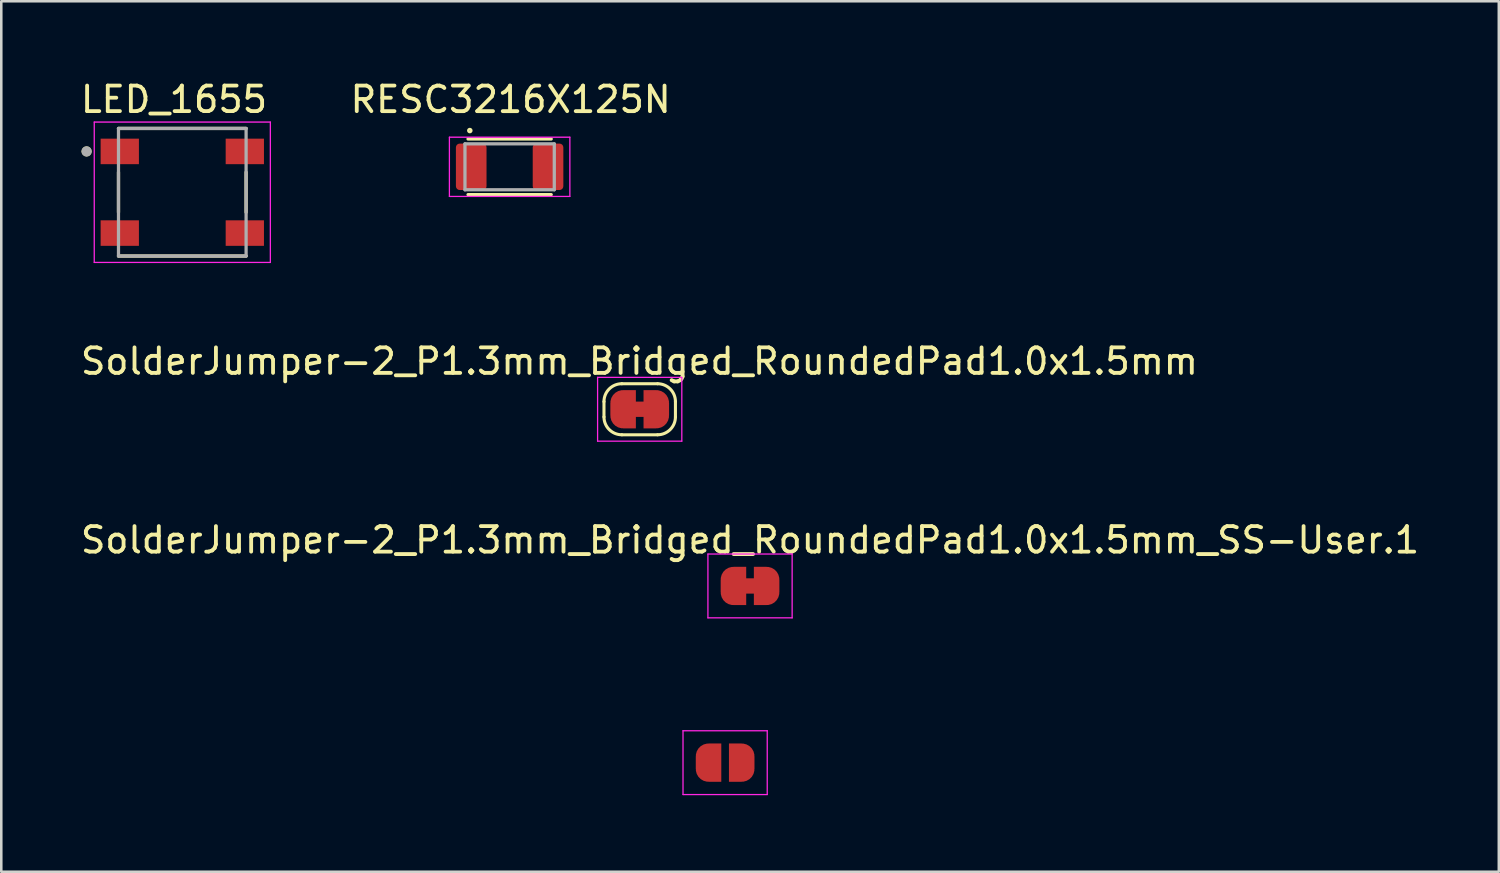
<source format=kicad_pcb>
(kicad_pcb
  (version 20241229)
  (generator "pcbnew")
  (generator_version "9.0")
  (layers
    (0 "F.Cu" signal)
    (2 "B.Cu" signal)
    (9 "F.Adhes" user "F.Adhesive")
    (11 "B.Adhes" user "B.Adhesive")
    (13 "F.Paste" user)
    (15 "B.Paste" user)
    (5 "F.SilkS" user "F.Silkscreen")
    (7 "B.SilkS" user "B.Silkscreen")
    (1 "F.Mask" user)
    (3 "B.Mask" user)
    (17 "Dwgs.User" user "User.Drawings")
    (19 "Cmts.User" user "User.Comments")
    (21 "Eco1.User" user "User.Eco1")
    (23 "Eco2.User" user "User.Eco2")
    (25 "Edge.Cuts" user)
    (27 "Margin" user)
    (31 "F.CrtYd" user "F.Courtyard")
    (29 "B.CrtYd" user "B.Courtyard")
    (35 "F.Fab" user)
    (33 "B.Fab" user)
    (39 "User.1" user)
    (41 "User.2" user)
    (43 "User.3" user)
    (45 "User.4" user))
  (footprint "SolderJumper-2_P1.3mm_Open_RoundedPad1.0x1.5mm_SS-User.1"
    (layer "F.Cu")
    (at 25.363 26.833)
    (property "Reference" "SolderJumper-2_P1.3mm_Open_RoundedPad1.0x1.5mm_SS-User.1" (at 0 -1.8 0) (layer "User.1") (effects (font (size 1 1) (thickness 0.15))))
    (attr exclude_from_pos_files exclude_from_bom allow_soldermask_bridges)
    (fp_rect (start -0.15 -0.75) (end 0.15 0.75) (stroke (width 0) (type default)) (fill yes) (layer "F.Mask"))
    (fp_line (start -1.65 -1.25) (end -1.65 1.25) (stroke (width 0.05) (type solid)) (layer "F.CrtYd"))
    (fp_line (start -1.65 -1.25) (end 1.65 -1.25) (stroke (width 0.05) (type solid)) (layer "F.CrtYd"))
    (fp_line (start 1.65 1.25) (end -1.65 1.25) (stroke (width 0.05) (type solid)) (layer "F.CrtYd"))
    (fp_line (start 1.65 1.25) (end 1.65 -1.25) (stroke (width 0.05) (type solid)) (layer "F.CrtYd"))
    (fp_line (start -1.4 0.3) (end -1.4 -0.3) (stroke (width 0.12) (type solid)) (layer "User.1"))
    (fp_line (start -0.7 -1) (end 0.7 -1) (stroke (width 0.12) (type solid)) (layer "User.1"))
    (fp_line (start 0.7 1) (end -0.7 1) (stroke (width 0.12) (type solid)) (layer "User.1"))
    (fp_line (start 1.4 -0.3) (end 1.4 0.3) (stroke (width 0.12) (type solid)) (layer "User.1"))
    (fp_arc (start -1.4 -0.3) (mid -1.194975 -0.794975) (end -0.7 -1) (stroke (width 0.12) (type solid)) (layer "User.1"))
    (fp_arc (start -0.7 1) (mid -1.194975 0.794975) (end -1.4 0.3) (stroke (width 0.12) (type solid)) (layer "User.1"))
    (fp_arc (start 0.7 -1) (mid 1.194975 -0.794975) (end 1.4 -0.3) (stroke (width 0.12) (type solid)) (layer "User.1"))
    (fp_arc (start 1.4 0.3) (mid 1.194975 0.794975) (end 0.7 1) (stroke (width 0.12) (type solid)) (layer "User.1"))
    (pad "1" smd custom (at -0.65 0) (size 1 0.5) (layers "F.Cu" "F.Mask") (options (anchor rect)) (primitives (gr_circle (center 0 0.25) (end 0.5 0.25) (width 0) (fill yes)) (gr_circle (center 0 -0.25) (end 0.5 -0.25) (width 0) (fill yes)) (gr_poly (pts (xy 0.5 0.75) (xy 0 0.75) (xy 0 -0.75) (xy 0.5 -0.75)) (width 0) (fill yes))))
    (pad "2" smd custom (at 0.65 0) (size 1 0.5) (layers "F.Cu" "F.Mask") (options (anchor rect)) (primitives (gr_circle (center 0 0.25) (end 0.5 0.25) (width 0) (fill yes)) (gr_circle (center 0 -0.25) (end 0.5 -0.25) (width 0) (fill yes)) (gr_poly (pts (xy 0 0.75) (xy -0.5 0.75) (xy -0.5 -0.75) (xy 0 -0.75)) (width 0) (fill yes)))))
  (footprint "RESC3216X125N"
    (layer "F.Cu")
    (at 16.919 3.486)
    (property "Reference" "RESC3216X125N" (at 0.04 -2.637 0) (layer "F.SilkS") (effects (font (size 1.001 1.001) (thickness 0.15))))
    (attr smd)
    (fp_line (start -1.63 -1.09) (end 1.63 -1.09) (stroke (width 0.127) (type solid)) (layer "F.SilkS"))
    (fp_line (start -1.63 1.09) (end 1.63 1.09) (stroke (width 0.127) (type solid)) (layer "F.SilkS"))
    (fp_circle (center -1.56 -1.42) (end -1.53 -1.47) (stroke (width 0.1) (type default)) (fill no) (layer "F.SilkS"))
    (fp_line (start -2.36 -1.16) (end 2.36 -1.16) (stroke (width 0.05) (type solid)) (layer "F.CrtYd"))
    (fp_line (start -2.36 1.16) (end -2.36 -1.16) (stroke (width 0.05) (type solid)) (layer "F.CrtYd"))
    (fp_line (start 2.36 -1.16) (end 2.36 1.16) (stroke (width 0.05) (type solid)) (layer "F.CrtYd"))
    (fp_line (start 2.36 1.16) (end -2.36 1.16) (stroke (width 0.05) (type solid)) (layer "F.CrtYd"))
    (fp_line (start -1.75 -0.9) (end 1.75 -0.9) (stroke (width 0.127) (type solid)) (layer "F.Fab"))
    (fp_line (start -1.75 0.9) (end -1.75 -0.9) (stroke (width 0.127) (type solid)) (layer "F.Fab"))
    (fp_line (start 1.75 -0.9) (end 1.75 0.9) (stroke (width 0.127) (type solid)) (layer "F.Fab"))
    (fp_line (start 1.75 0.9) (end -1.75 0.9) (stroke (width 0.127) (type solid)) (layer "F.Fab"))
    (pad "1" smd roundrect (at -1.505 0) (size 1.2 1.82) (layers "F.Cu" "F.Mask" "F.Paste") (roundrect_rratio 0.125))
    (pad "2" smd roundrect (at 1.505 0) (size 1.2 1.82) (layers "F.Cu" "F.Mask" "F.Paste") (roundrect_rratio 0.125)))
  (footprint "LED_1655"
    (layer "F.Cu")
    (at 4.093 4.483)
    (property "Reference" "LED_1655" (at -0.325 -3.635 0) (layer "F.SilkS") (effects (font (size 1 1) (thickness 0.15))))
    (attr smd)
    (fp_line (start -2.5 0.786) (end -2.5 -0.786) (stroke (width 0.127) (type solid)) (layer "F.SilkS"))
    (fp_line (start -2.5 2.5) (end 2.5 2.5) (stroke (width 0.127) (type solid)) (layer "F.SilkS"))
    (fp_line (start 2.5 -2.5) (end -2.5 -2.5) (stroke (width 0.127) (type solid)) (layer "F.SilkS"))
    (fp_line (start 2.5 0.786) (end 2.5 -0.786) (stroke (width 0.127) (type solid)) (layer "F.SilkS"))
    (fp_circle (center -3.75 -1.6) (end -3.65 -1.6) (stroke (width 0.2) (type solid)) (fill no) (layer "F.SilkS"))
    (fp_line (start -3.45 -2.75) (end 3.45 -2.75) (stroke (width 0.05) (type solid)) (layer "F.CrtYd"))
    (fp_line (start -3.45 2.75) (end -3.45 -2.75) (stroke (width 0.05) (type solid)) (layer "F.CrtYd"))
    (fp_line (start 3.45 -2.75) (end 3.45 2.75) (stroke (width 0.05) (type solid)) (layer "F.CrtYd"))
    (fp_line (start 3.45 2.75) (end -3.45 2.75) (stroke (width 0.05) (type solid)) (layer "F.CrtYd"))
    (fp_line (start -2.5 -2.5) (end -2.5 2.5) (stroke (width 0.127) (type solid)) (layer "F.Fab"))
    (fp_line (start -2.5 2.5) (end 2.5 2.5) (stroke (width 0.127) (type solid)) (layer "F.Fab"))
    (fp_line (start 2.5 -2.5) (end -2.5 -2.5) (stroke (width 0.127) (type solid)) (layer "F.Fab"))
    (fp_line (start 2.5 2.5) (end 2.5 -2.5) (stroke (width 0.127) (type solid)) (layer "F.Fab"))
    (fp_circle (center -3.75 -1.6) (end -3.65 -1.6) (stroke (width 0.2) (type solid)) (fill no) (layer "F.Fab"))
    (pad "1" smd rect (at -2.45 -1.6) (size 1.5 1) (layers "F.Cu" "F.Mask" "F.Paste"))
    (pad "2" smd rect (at -2.45 1.6) (size 1.5 1) (layers "F.Cu" "F.Mask" "F.Paste"))
    (pad "3" smd rect (at 2.45 1.6) (size 1.5 1) (layers "F.Cu" "F.Mask" "F.Paste"))
    (pad "4" smd rect (at 2.45 -1.6) (size 1.5 1) (layers "F.Cu" "F.Mask" "F.Paste")))
  (footprint "SolderJumper-2_P1.3mm_Bridged_RoundedPad1.0x1.5mm"
    (layer "F.Cu")
    (at 22.016 12.986)
    (property "Reference" "SolderJumper-2_P1.3mm_Bridged_RoundedPad1.0x1.5mm" (at -0.01 -1.88 0) (layer "F.SilkS") (effects (font (size 1 1) (thickness 0.15))))
    (attr exclude_from_pos_files exclude_from_bom allow_soldermask_bridges)
    (fp_poly (pts (xy 0.25 -0.3) (xy -0.25 -0.3) (xy -0.25 0.3) (xy 0.25 0.3)) (stroke (width 0) (type solid)) (fill yes) (layer "F.Cu"))
    (fp_rect (start -0.15 -0.75) (end 0.15 0.75) (stroke (width 0) (type default)) (fill yes) (layer "F.Mask"))
    (fp_line (start -1.4 0.3) (end -1.4 -0.3) (stroke (width 0.12) (type solid)) (layer "F.SilkS"))
    (fp_line (start -0.7 -1) (end 0.7 -1) (stroke (width 0.12) (type solid)) (layer "F.SilkS"))
    (fp_line (start 0.7 1) (end -0.7 1) (stroke (width 0.12) (type solid)) (layer "F.SilkS"))
    (fp_line (start 1.4 -0.3) (end 1.4 0.3) (stroke (width 0.12) (type solid)) (layer "F.SilkS"))
    (fp_arc (start -1.4 -0.3) (mid -1.194975 -0.794975) (end -0.7 -1) (stroke (width 0.12) (type solid)) (layer "F.SilkS"))
    (fp_arc (start -0.7 1) (mid -1.194975 0.794975) (end -1.4 0.3) (stroke (width 0.12) (type solid)) (layer "F.SilkS"))
    (fp_arc (start 0.7 -1) (mid 1.194975 -0.794975) (end 1.4 -0.3) (stroke (width 0.12) (type solid)) (layer "F.SilkS"))
    (fp_arc (start 1.4 0.3) (mid 1.194975 0.794975) (end 0.7 1) (stroke (width 0.12) (type solid)) (layer "F.SilkS"))
    (fp_line (start -1.65 -1.25) (end -1.65 1.25) (stroke (width 0.05) (type solid)) (layer "F.CrtYd"))
    (fp_line (start -1.65 -1.25) (end 1.65 -1.25) (stroke (width 0.05) (type solid)) (layer "F.CrtYd"))
    (fp_line (start 1.65 1.25) (end -1.65 1.25) (stroke (width 0.05) (type solid)) (layer "F.CrtYd"))
    (fp_line (start 1.65 1.25) (end 1.65 -1.25) (stroke (width 0.05) (type solid)) (layer "F.CrtYd"))
    (pad "1" smd custom (at -0.65 0) (size 1 0.5) (layers "F.Cu" "F.Mask") (options (anchor rect)) (primitives (gr_circle (center 0 0.25) (end 0.5 0.25) (width 0) (fill yes)) (gr_circle (center 0 -0.25) (end 0.5 -0.25) (width 0) (fill yes)) (gr_poly (pts (xy 0.5 0.75) (xy 0 0.75) (xy 0 -0.75) (xy 0.5 -0.75)) (width 0) (fill yes))))
    (pad "2" smd custom (at 0.65 0) (size 1 0.5) (layers "F.Cu" "F.Mask") (options (anchor rect)) (primitives (gr_circle (center 0 0.25) (end 0.5 0.25) (width 0) (fill yes)) (gr_circle (center 0 -0.25) (end 0.5 -0.25) (width 0) (fill yes)) (gr_poly (pts (xy 0 0.75) (xy -0.5 0.75) (xy -0.5 -0.75) (xy 0 -0.75)) (width 0) (fill yes)))))
  (footprint "SolderJumper-2_P1.3mm_Bridged_RoundedPad1.0x1.5mm_SS-User.1"
    (layer "F.Cu")
    (at 26.339 19.91)
    (property "Reference" "SolderJumper-2_P1.3mm_Bridged_RoundedPad1.0x1.5mm_SS-User.1" (at 0 -1.8 0) (layer "F.SilkS") (effects (font (size 1 1) (thickness 0.15))))
    (attr exclude_from_pos_files exclude_from_bom allow_soldermask_bridges)
    (fp_poly (pts (xy 0.25 -0.3) (xy -0.25 -0.3) (xy -0.25 0.3) (xy 0.25 0.3)) (stroke (width 0) (type solid)) (fill yes) (layer "F.Cu"))
    (fp_rect (start -0.15 -0.75) (end 0.15 0.75) (stroke (width 0) (type default)) (fill yes) (layer "F.Mask"))
    (fp_line (start -1.65 -1.25) (end -1.65 1.25) (stroke (width 0.05) (type solid)) (layer "F.CrtYd"))
    (fp_line (start -1.65 -1.25) (end 1.65 -1.25) (stroke (width 0.05) (type solid)) (layer "F.CrtYd"))
    (fp_line (start 1.65 1.25) (end -1.65 1.25) (stroke (width 0.05) (type solid)) (layer "F.CrtYd"))
    (fp_line (start 1.65 1.25) (end 1.65 -1.25) (stroke (width 0.05) (type solid)) (layer "F.CrtYd"))
    (fp_line (start -1.4 0.3) (end -1.4 -0.3) (stroke (width 0.12) (type solid)) (layer "User.1"))
    (fp_line (start -0.7 -1) (end 0.7 -1) (stroke (width 0.12) (type solid)) (layer "User.1"))
    (fp_line (start 0.7 1) (end -0.7 1) (stroke (width 0.12) (type solid)) (layer "User.1"))
    (fp_line (start 1.4 -0.3) (end 1.4 0.3) (stroke (width 0.12) (type solid)) (layer "User.1"))
    (fp_arc (start -1.4 -0.3) (mid -1.194975 -0.794975) (end -0.7 -1) (stroke (width 0.12) (type solid)) (layer "User.1"))
    (fp_arc (start -0.7 1) (mid -1.194975 0.794975) (end -1.4 0.3) (stroke (width 0.12) (type solid)) (layer "User.1"))
    (fp_arc (start 0.7 -1) (mid 1.194975 -0.794975) (end 1.4 -0.3) (stroke (width 0.12) (type solid)) (layer "User.1"))
    (fp_arc (start 1.4 0.3) (mid 1.194975 0.794975) (end 0.7 1) (stroke (width 0.12) (type solid)) (layer "User.1"))
    (pad "1" smd custom (at -0.65 0) (size 1 0.5) (layers "F.Cu" "F.Mask") (options (anchor rect)) (primitives (gr_circle (center 0 0.25) (end 0.5 0.25) (width 0) (fill yes)) (gr_circle (center 0 -0.25) (end 0.5 -0.25) (width 0) (fill yes)) (gr_poly (pts (xy 0.5 0.75) (xy 0 0.75) (xy 0 -0.75) (xy 0.5 -0.75)) (width 0) (fill yes))))
    (pad "2" smd custom (at 0.65 0) (size 1 0.5) (layers "F.Cu" "F.Mask") (options (anchor rect)) (primitives (gr_circle (center 0 0.25) (end 0.5 0.25) (width 0) (fill yes)) (gr_circle (center 0 -0.25) (end 0.5 -0.25) (width 0) (fill yes)) (gr_poly (pts (xy 0 0.75) (xy -0.5 0.75) (xy -0.5 -0.75) (xy 0 -0.75)) (width 0) (fill yes)))))
  (gr_rect
    (start -3 -3)
    (end 55.679 31.108)
    (stroke (width 0.1) (type default))
    (fill no)
    (layer "Edge.Cuts")))
</source>
